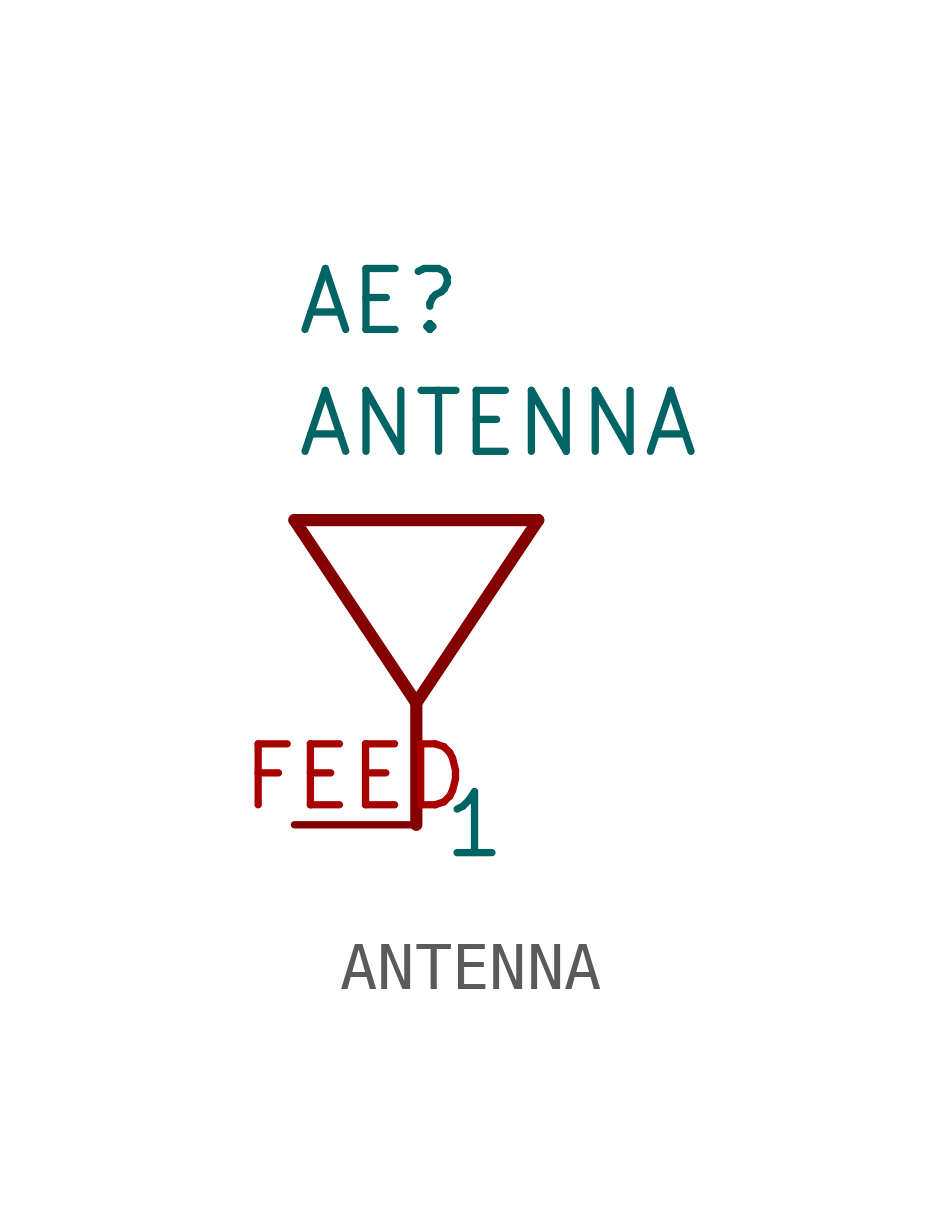
<source format=kicad_sym>
(kicad_symbol_lib
  (version 20211014)
  (generator kicad_symbol_editor)
  (symbol "ANTENNA"
    (pin_names)
    (property "Reference" "AE"
      (at -2.54 7.62 0)
      (effects (font (size 1.27 1.27)) (justify left bottom)))
    (property "Value" "ANTENNA"
      (at -2.54 5.08 0)
      (effects (font (size 1.27 1.27)) (justify left bottom)))
    (property "Datasheet" ""
      (at 0 0 0))
    (property "ki_fp_filters" "FlashPCB_Misc:ANT-1.6X0.8"
      (at 0 0 0))
    (symbol "ANTENNA_1_1"
      (polyline (pts (xy 0 -2.54) (xy 0 0)) (stroke (width 0.254)) (fill (type none)))
      (polyline (pts (xy 0 0) (xy 2.54 3.81)) (stroke (width 0.254)) (fill (type none)))
      (polyline (pts (xy 0 0) (xy -2.54 3.81)) (stroke (width 0.254)) (fill (type none)))
      (polyline (pts (xy -2.54 3.81) (xy 2.54 3.81)) (stroke (width 0.254)) (fill (type none)))
      (pin bidirectional line (at -2.54 -2.54 0) (length 2.54) (name "1" (effects (font (size 1.27 1.27)))) (number "FEED" (effects (font (size 1.27 1.27))))))))
</source>
